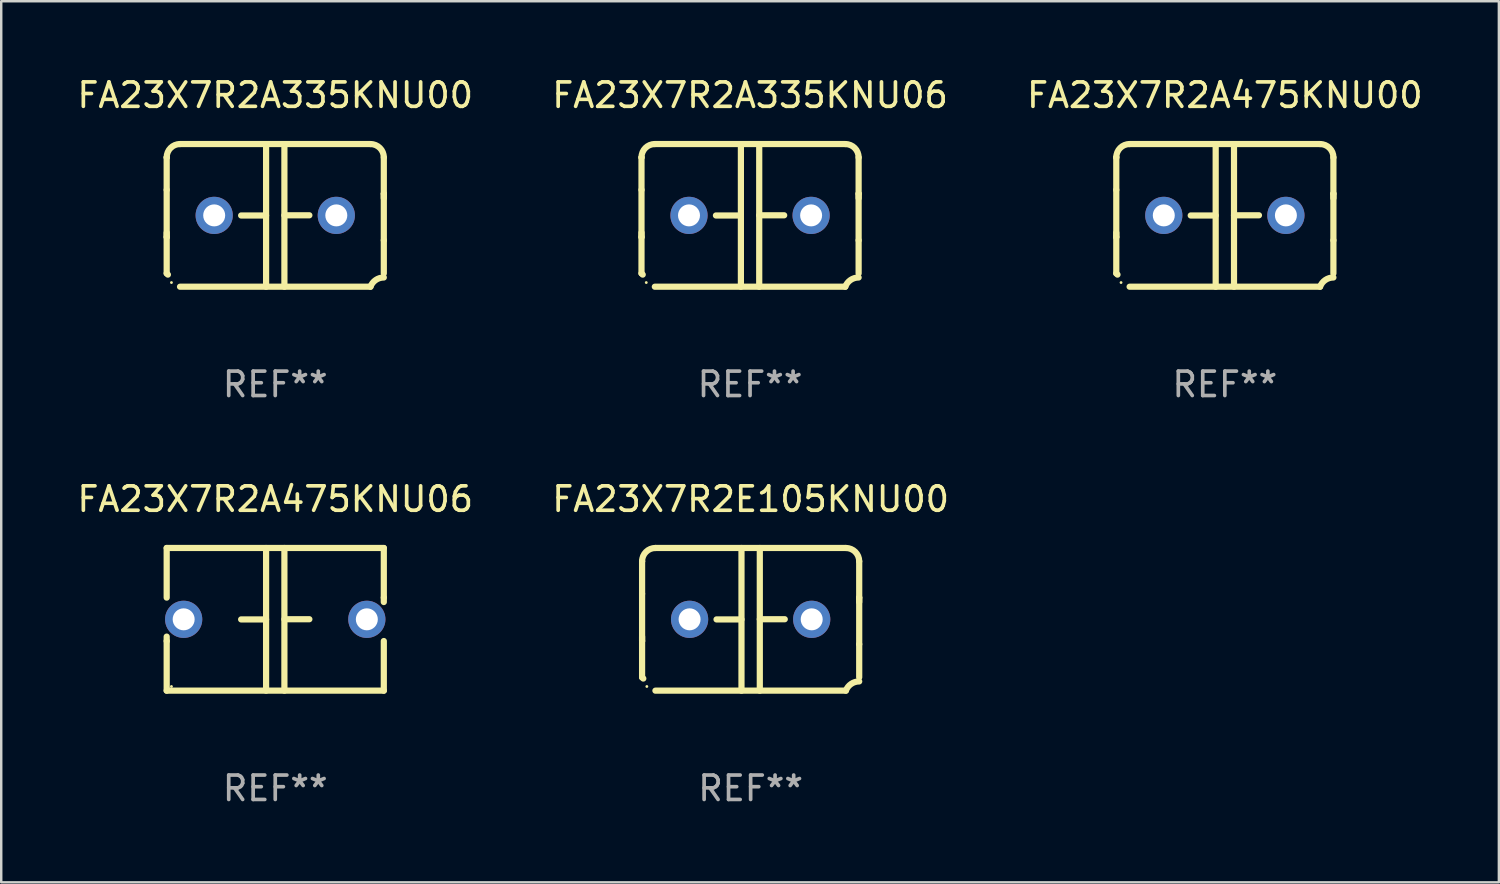
<source format=kicad_pcb>
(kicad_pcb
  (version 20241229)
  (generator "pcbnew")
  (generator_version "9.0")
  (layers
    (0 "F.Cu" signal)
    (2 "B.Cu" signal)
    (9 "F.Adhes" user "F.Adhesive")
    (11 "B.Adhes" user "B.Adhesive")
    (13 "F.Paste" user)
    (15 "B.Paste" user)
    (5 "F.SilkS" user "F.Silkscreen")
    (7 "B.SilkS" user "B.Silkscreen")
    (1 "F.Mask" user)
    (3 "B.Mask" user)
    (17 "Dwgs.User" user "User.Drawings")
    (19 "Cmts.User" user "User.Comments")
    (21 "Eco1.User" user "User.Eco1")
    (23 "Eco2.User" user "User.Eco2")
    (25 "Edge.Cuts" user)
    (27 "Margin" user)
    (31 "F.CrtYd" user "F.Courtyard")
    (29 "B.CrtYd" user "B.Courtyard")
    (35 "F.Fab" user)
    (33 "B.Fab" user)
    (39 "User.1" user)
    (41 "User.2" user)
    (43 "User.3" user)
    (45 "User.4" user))
  (footprint "FA23X7R2A475KNU00"
    (layer "F.Cu")
    (at 47.101 5.769)
    (property "Reference" "FA23X7R2A475KNU00" (at 0 -4.921 0) (layer "F.SilkS") (effects (font (size 1 1) (thickness 0.15))))
    (attr through_hole)
    (fp_line (start -4.445 2.375) (end -4.445 0.889) (stroke (width 0.254) (type solid)) (layer "F.SilkS"))
    (fp_line (start -4.445 -2.375) (end -4.445 -2.375) (stroke (width 0.254) (type solid)) (layer "F.SilkS"))
    (fp_line (start -4.445 -1.045) (end -4.445 -2.375) (stroke (width 0.254) (type solid)) (layer "F.SilkS"))
    (fp_line (start -4.445 -1.045) (end -4.445 0.889) (stroke (width 0.254) (type solid)) (layer "F.SilkS"))
    (fp_line (start -4.445 0.889) (end -4.445 0.708) (stroke (width 0.254) (type solid)) (layer "F.SilkS"))
    (fp_line (start -3.899 -2.921) (end 3.899 -2.921) (stroke (width 0.254) (type solid)) (layer "F.SilkS"))
    (fp_line (start -0.375 0.004) (end -1.397 0.004) (stroke (width 0.254) (type solid)) (layer "F.SilkS"))
    (fp_line (start -0.375 2.921) (end -0.375 -2.921) (stroke (width 0.254) (type solid)) (layer "F.SilkS"))
    (fp_line (start 0.375 -2.921) (end 0.375 2.921) (stroke (width 0.254) (type solid)) (layer "F.SilkS"))
    (fp_line (start 0.375 -0.004) (end 1.397 -0.004) (stroke (width 0.254) (type solid)) (layer "F.SilkS"))
    (fp_line (start 3.899 2.921) (end -3.899 2.921) (stroke (width 0.254) (type solid)) (layer "F.SilkS"))
    (fp_line (start 4.445 -0.889) (end 4.445 -0.708) (stroke (width 0.254) (type solid)) (layer "F.SilkS"))
    (fp_line (start 4.445 -0.889) (end 4.445 1.02) (stroke (width 0.254) (type solid)) (layer "F.SilkS"))
    (fp_line (start 4.445 1.02) (end 4.445 2.375) (stroke (width 0.254) (type solid)) (layer "F.SilkS"))
    (fp_line (start 4.445 -2.375) (end 4.445 -0.889) (stroke (width 0.254) (type solid)) (layer "F.SilkS"))
    (fp_arc (start -4.445034 -2.374778) (mid -4.285049 -2.761028) (end -3.898806 -2.921031) (stroke (width 0.254001) (type solid)) (layer "F.SilkS"))
    (fp_arc (start -4.445034 2.374803) (mid -4.4201 2.399713) (end -4.395166 2.424624) (stroke (width 0.254001) (type solid)) (layer "F.SilkS"))
    (fp_arc (start 3.898781 -2.921031) (mid 4.285035 -2.76105) (end 4.445034 -2.374803) (stroke (width 0.254001) (type solid)) (layer "F.SilkS"))
    (fp_arc (start 3.898806 2.921031) (mid 4.112864 2.64665) (end 4.445037 2.542888) (stroke (width 0.254001) (type solid)) (layer "F.SilkS"))
    (fp_circle (center -4.25 2.75) (end -4.22 2.75) (stroke (width 0.06) (type solid)) (fill no) (layer "F.SilkS"))
    (fp_text user "REF**" (at 0 6.921 0) (layer "F.Fab") (effects (font (size 1 1) (thickness 0.15))))
    (pad "1" thru_hole circle (at -2.5 0) (size 1.524 1.524) (drill 0.9) (layers "*.Cu" "*.Mask"))
    (pad "2" thru_hole circle (at 2.5 0) (size 1.524 1.524) (drill 0.9) (layers "*.Cu" "*.Mask")))
  (footprint "FA23X7R2A335KNU06"
    (layer "F.Cu")
    (at 27.661 5.769)
    (property "Reference" "FA23X7R2A335KNU06" (at 0 -4.921 0) (layer "F.SilkS") (effects (font (size 1 1) (thickness 0.15))))
    (attr through_hole)
    (fp_line (start -4.445 2.375) (end -4.445 0.889) (stroke (width 0.254) (type solid)) (layer "F.SilkS"))
    (fp_line (start -4.445 -2.375) (end -4.445 -2.375) (stroke (width 0.254) (type solid)) (layer "F.SilkS"))
    (fp_line (start -4.445 -1.045) (end -4.445 -2.375) (stroke (width 0.254) (type solid)) (layer "F.SilkS"))
    (fp_line (start -4.445 -1.045) (end -4.445 0.889) (stroke (width 0.254) (type solid)) (layer "F.SilkS"))
    (fp_line (start -4.445 0.889) (end -4.445 0.708) (stroke (width 0.254) (type solid)) (layer "F.SilkS"))
    (fp_line (start -3.899 -2.921) (end 3.899 -2.921) (stroke (width 0.254) (type solid)) (layer "F.SilkS"))
    (fp_line (start -0.375 0.004) (end -1.397 0.004) (stroke (width 0.254) (type solid)) (layer "F.SilkS"))
    (fp_line (start -0.375 2.921) (end -0.375 -2.921) (stroke (width 0.254) (type solid)) (layer "F.SilkS"))
    (fp_line (start 0.375 -2.921) (end 0.375 2.921) (stroke (width 0.254) (type solid)) (layer "F.SilkS"))
    (fp_line (start 0.375 -0.004) (end 1.397 -0.004) (stroke (width 0.254) (type solid)) (layer "F.SilkS"))
    (fp_line (start 3.899 2.921) (end -3.899 2.921) (stroke (width 0.254) (type solid)) (layer "F.SilkS"))
    (fp_line (start 4.445 -0.889) (end 4.445 -0.708) (stroke (width 0.254) (type solid)) (layer "F.SilkS"))
    (fp_line (start 4.445 -0.889) (end 4.445 1.02) (stroke (width 0.254) (type solid)) (layer "F.SilkS"))
    (fp_line (start 4.445 1.02) (end 4.445 2.375) (stroke (width 0.254) (type solid)) (layer "F.SilkS"))
    (fp_line (start 4.445 -2.375) (end 4.445 -0.889) (stroke (width 0.254) (type solid)) (layer "F.SilkS"))
    (fp_arc (start -4.445034 -2.374778) (mid -4.285049 -2.761028) (end -3.898806 -2.921031) (stroke (width 0.254001) (type solid)) (layer "F.SilkS"))
    (fp_arc (start -4.445034 2.374803) (mid -4.4201 2.399713) (end -4.395166 2.424624) (stroke (width 0.254001) (type solid)) (layer "F.SilkS"))
    (fp_arc (start 3.898781 -2.921031) (mid 4.285035 -2.76105) (end 4.445034 -2.374803) (stroke (width 0.254001) (type solid)) (layer "F.SilkS"))
    (fp_arc (start 3.898806 2.921031) (mid 4.112864 2.64665) (end 4.445037 2.542888) (stroke (width 0.254001) (type solid)) (layer "F.SilkS"))
    (fp_circle (center -4.25 2.75) (end -4.22 2.75) (stroke (width 0.06) (type solid)) (fill no) (layer "F.SilkS"))
    (fp_text user "REF**" (at 0 6.921 0) (layer "F.Fab") (effects (font (size 1 1) (thickness 0.15))))
    (pad "1" thru_hole circle (at -2.5 0) (size 1.524 1.524) (drill 0.9) (layers "*.Cu" "*.Mask"))
    (pad "2" thru_hole circle (at 2.5 0) (size 1.524 1.524) (drill 0.9) (layers "*.Cu" "*.Mask")))
  (footprint "FA23X7R2E105KNU00"
    (layer "F.Cu")
    (at 27.685 22.308)
    (property "Reference" "FA23X7R2E105KNU00" (at 0 -4.921 0) (layer "F.SilkS") (effects (font (size 1 1) (thickness 0.15))))
    (attr through_hole)
    (fp_line (start -4.445 2.375) (end -4.445 0.889) (stroke (width 0.254) (type solid)) (layer "F.SilkS"))
    (fp_line (start -4.445 -2.375) (end -4.445 -2.375) (stroke (width 0.254) (type solid)) (layer "F.SilkS"))
    (fp_line (start -4.445 -1.045) (end -4.445 -2.375) (stroke (width 0.254) (type solid)) (layer "F.SilkS"))
    (fp_line (start -4.445 -1.045) (end -4.445 0.889) (stroke (width 0.254) (type solid)) (layer "F.SilkS"))
    (fp_line (start -4.445 0.889) (end -4.445 0.708) (stroke (width 0.254) (type solid)) (layer "F.SilkS"))
    (fp_line (start -3.899 -2.921) (end 3.899 -2.921) (stroke (width 0.254) (type solid)) (layer "F.SilkS"))
    (fp_line (start -0.375 0.004) (end -1.397 0.004) (stroke (width 0.254) (type solid)) (layer "F.SilkS"))
    (fp_line (start -0.375 2.921) (end -0.375 -2.921) (stroke (width 0.254) (type solid)) (layer "F.SilkS"))
    (fp_line (start 0.375 -2.921) (end 0.375 2.921) (stroke (width 0.254) (type solid)) (layer "F.SilkS"))
    (fp_line (start 0.375 -0.004) (end 1.397 -0.004) (stroke (width 0.254) (type solid)) (layer "F.SilkS"))
    (fp_line (start 3.899 2.921) (end -3.899 2.921) (stroke (width 0.254) (type solid)) (layer "F.SilkS"))
    (fp_line (start 4.445 -0.889) (end 4.445 -0.708) (stroke (width 0.254) (type solid)) (layer "F.SilkS"))
    (fp_line (start 4.445 -0.889) (end 4.445 1.02) (stroke (width 0.254) (type solid)) (layer "F.SilkS"))
    (fp_line (start 4.445 1.02) (end 4.445 2.375) (stroke (width 0.254) (type solid)) (layer "F.SilkS"))
    (fp_line (start 4.445 -2.375) (end 4.445 -0.889) (stroke (width 0.254) (type solid)) (layer "F.SilkS"))
    (fp_arc (start -4.445034 -2.374778) (mid -4.285049 -2.761028) (end -3.898806 -2.921031) (stroke (width 0.254001) (type solid)) (layer "F.SilkS"))
    (fp_arc (start -4.445034 2.374803) (mid -4.4201 2.399713) (end -4.395166 2.424624) (stroke (width 0.254001) (type solid)) (layer "F.SilkS"))
    (fp_arc (start 3.898781 -2.921031) (mid 4.285035 -2.76105) (end 4.445034 -2.374803) (stroke (width 0.254001) (type solid)) (layer "F.SilkS"))
    (fp_arc (start 3.898806 2.921031) (mid 4.112864 2.64665) (end 4.445037 2.542888) (stroke (width 0.254001) (type solid)) (layer "F.SilkS"))
    (fp_circle (center -4.25 2.75) (end -4.22 2.75) (stroke (width 0.06) (type solid)) (fill no) (layer "F.SilkS"))
    (fp_text user "REF**" (at 0 6.921 0) (layer "F.Fab") (effects (font (size 1 1) (thickness 0.15))))
    (pad "1" thru_hole circle (at -2.5 0) (size 1.524 1.524) (drill 0.9) (layers "*.Cu" "*.Mask"))
    (pad "2" thru_hole circle (at 2.5 0) (size 1.524 1.524) (drill 0.9) (layers "*.Cu" "*.Mask")))
  (footprint "FA23X7R2A475KNU06"
    (layer "F.Cu")
    (at 8.22 22.308)
    (property "Reference" "FA23X7R2A475KNU06" (at 0 -4.921 0) (layer "F.SilkS") (effects (font (size 1 1) (thickness 0.15))))
    (attr through_hole)
    (fp_line (start -4.445 -2.921) (end 4.445 -2.921) (stroke (width 0.254) (type solid)) (layer "F.SilkS"))
    (fp_line (start -4.445 -0.889) (end -4.445 -2.921) (stroke (width 0.254) (type solid)) (layer "F.SilkS"))
    (fp_line (start -4.445 0.889) (end -4.445 0.708) (stroke (width 0.254) (type solid)) (layer "F.SilkS"))
    (fp_line (start -4.445 2.921) (end -4.445 0.889) (stroke (width 0.254) (type solid)) (layer "F.SilkS"))
    (fp_line (start -0.375 0.004) (end -1.397 0.004) (stroke (width 0.254) (type solid)) (layer "F.SilkS"))
    (fp_line (start -0.375 2.921) (end -0.375 -2.921) (stroke (width 0.254) (type solid)) (layer "F.SilkS"))
    (fp_line (start 0.375 -2.921) (end 0.375 2.921) (stroke (width 0.254) (type solid)) (layer "F.SilkS"))
    (fp_line (start 0.375 -0.004) (end 1.397 -0.004) (stroke (width 0.254) (type solid)) (layer "F.SilkS"))
    (fp_line (start 4.445 -2.921) (end 4.445 -0.889) (stroke (width 0.254) (type solid)) (layer "F.SilkS"))
    (fp_line (start 4.445 -0.889) (end 4.445 -0.708) (stroke (width 0.254) (type solid)) (layer "F.SilkS"))
    (fp_line (start 4.445 0.889) (end 4.445 2.921) (stroke (width 0.254) (type solid)) (layer "F.SilkS"))
    (fp_line (start 4.445 2.921) (end -4.445 2.921) (stroke (width 0.254) (type solid)) (layer "F.SilkS"))
    (fp_circle (center -4.25 2.75) (end -4.22 2.75) (stroke (width 0.06) (type solid)) (fill no) (layer "F.SilkS"))
    (fp_text user "REF**" (at 0 6.921 0) (layer "F.Fab") (effects (font (size 1 1) (thickness 0.15))))
    (pad "1" thru_hole circle (at -3.75 0) (size 1.524 1.524) (drill 0.9) (layers "*.Cu" "*.Mask"))
    (pad "2" thru_hole circle (at 3.75 0) (size 1.524 1.524) (drill 0.9) (layers "*.Cu" "*.Mask")))
  (footprint "FA23X7R2A335KNU00"
    (layer "F.Cu")
    (at 8.22 5.769)
    (property "Reference" "FA23X7R2A335KNU00" (at 0 -4.921 0) (layer "F.SilkS") (effects (font (size 1 1) (thickness 0.15))))
    (attr through_hole)
    (fp_line (start -4.445 2.375) (end -4.445 0.889) (stroke (width 0.254) (type solid)) (layer "F.SilkS"))
    (fp_line (start -4.445 -2.375) (end -4.445 -2.375) (stroke (width 0.254) (type solid)) (layer "F.SilkS"))
    (fp_line (start -4.445 -1.045) (end -4.445 -2.375) (stroke (width 0.254) (type solid)) (layer "F.SilkS"))
    (fp_line (start -4.445 -1.045) (end -4.445 0.889) (stroke (width 0.254) (type solid)) (layer "F.SilkS"))
    (fp_line (start -4.445 0.889) (end -4.445 0.708) (stroke (width 0.254) (type solid)) (layer "F.SilkS"))
    (fp_line (start -3.899 -2.921) (end 3.899 -2.921) (stroke (width 0.254) (type solid)) (layer "F.SilkS"))
    (fp_line (start -0.375 0.004) (end -1.397 0.004) (stroke (width 0.254) (type solid)) (layer "F.SilkS"))
    (fp_line (start -0.375 2.921) (end -0.375 -2.921) (stroke (width 0.254) (type solid)) (layer "F.SilkS"))
    (fp_line (start 0.375 -2.921) (end 0.375 2.921) (stroke (width 0.254) (type solid)) (layer "F.SilkS"))
    (fp_line (start 0.375 -0.004) (end 1.397 -0.004) (stroke (width 0.254) (type solid)) (layer "F.SilkS"))
    (fp_line (start 3.899 2.921) (end -3.899 2.921) (stroke (width 0.254) (type solid)) (layer "F.SilkS"))
    (fp_line (start 4.445 -0.889) (end 4.445 -0.708) (stroke (width 0.254) (type solid)) (layer "F.SilkS"))
    (fp_line (start 4.445 -0.889) (end 4.445 1.02) (stroke (width 0.254) (type solid)) (layer "F.SilkS"))
    (fp_line (start 4.445 1.02) (end 4.445 2.375) (stroke (width 0.254) (type solid)) (layer "F.SilkS"))
    (fp_line (start 4.445 -2.375) (end 4.445 -0.889) (stroke (width 0.254) (type solid)) (layer "F.SilkS"))
    (fp_arc (start -4.445034 -2.374778) (mid -4.285049 -2.761028) (end -3.898806 -2.921031) (stroke (width 0.254001) (type solid)) (layer "F.SilkS"))
    (fp_arc (start -4.445034 2.374803) (mid -4.4201 2.399713) (end -4.395166 2.424624) (stroke (width 0.254001) (type solid)) (layer "F.SilkS"))
    (fp_arc (start 3.898781 -2.921031) (mid 4.285035 -2.76105) (end 4.445034 -2.374803) (stroke (width 0.254001) (type solid)) (layer "F.SilkS"))
    (fp_arc (start 3.898806 2.921031) (mid 4.112864 2.64665) (end 4.445037 2.542888) (stroke (width 0.254001) (type solid)) (layer "F.SilkS"))
    (fp_circle (center -4.25 2.75) (end -4.22 2.75) (stroke (width 0.06) (type solid)) (fill no) (layer "F.SilkS"))
    (fp_text user "REF**" (at 0 6.921 0) (layer "F.Fab") (effects (font (size 1 1) (thickness 0.15))))
    (pad "1" thru_hole circle (at -2.5 0) (size 1.524 1.524) (drill 0.9) (layers "*.Cu" "*.Mask"))
    (pad "2" thru_hole circle (at 2.5 0) (size 1.524 1.524) (drill 0.9) (layers "*.Cu" "*.Mask")))
  (gr_rect
    (start -3 -3)
    (end 58.321 33.077)
    (stroke (width 0.1) (type default))
    (fill no)
    (layer "Edge.Cuts")))
</source>
